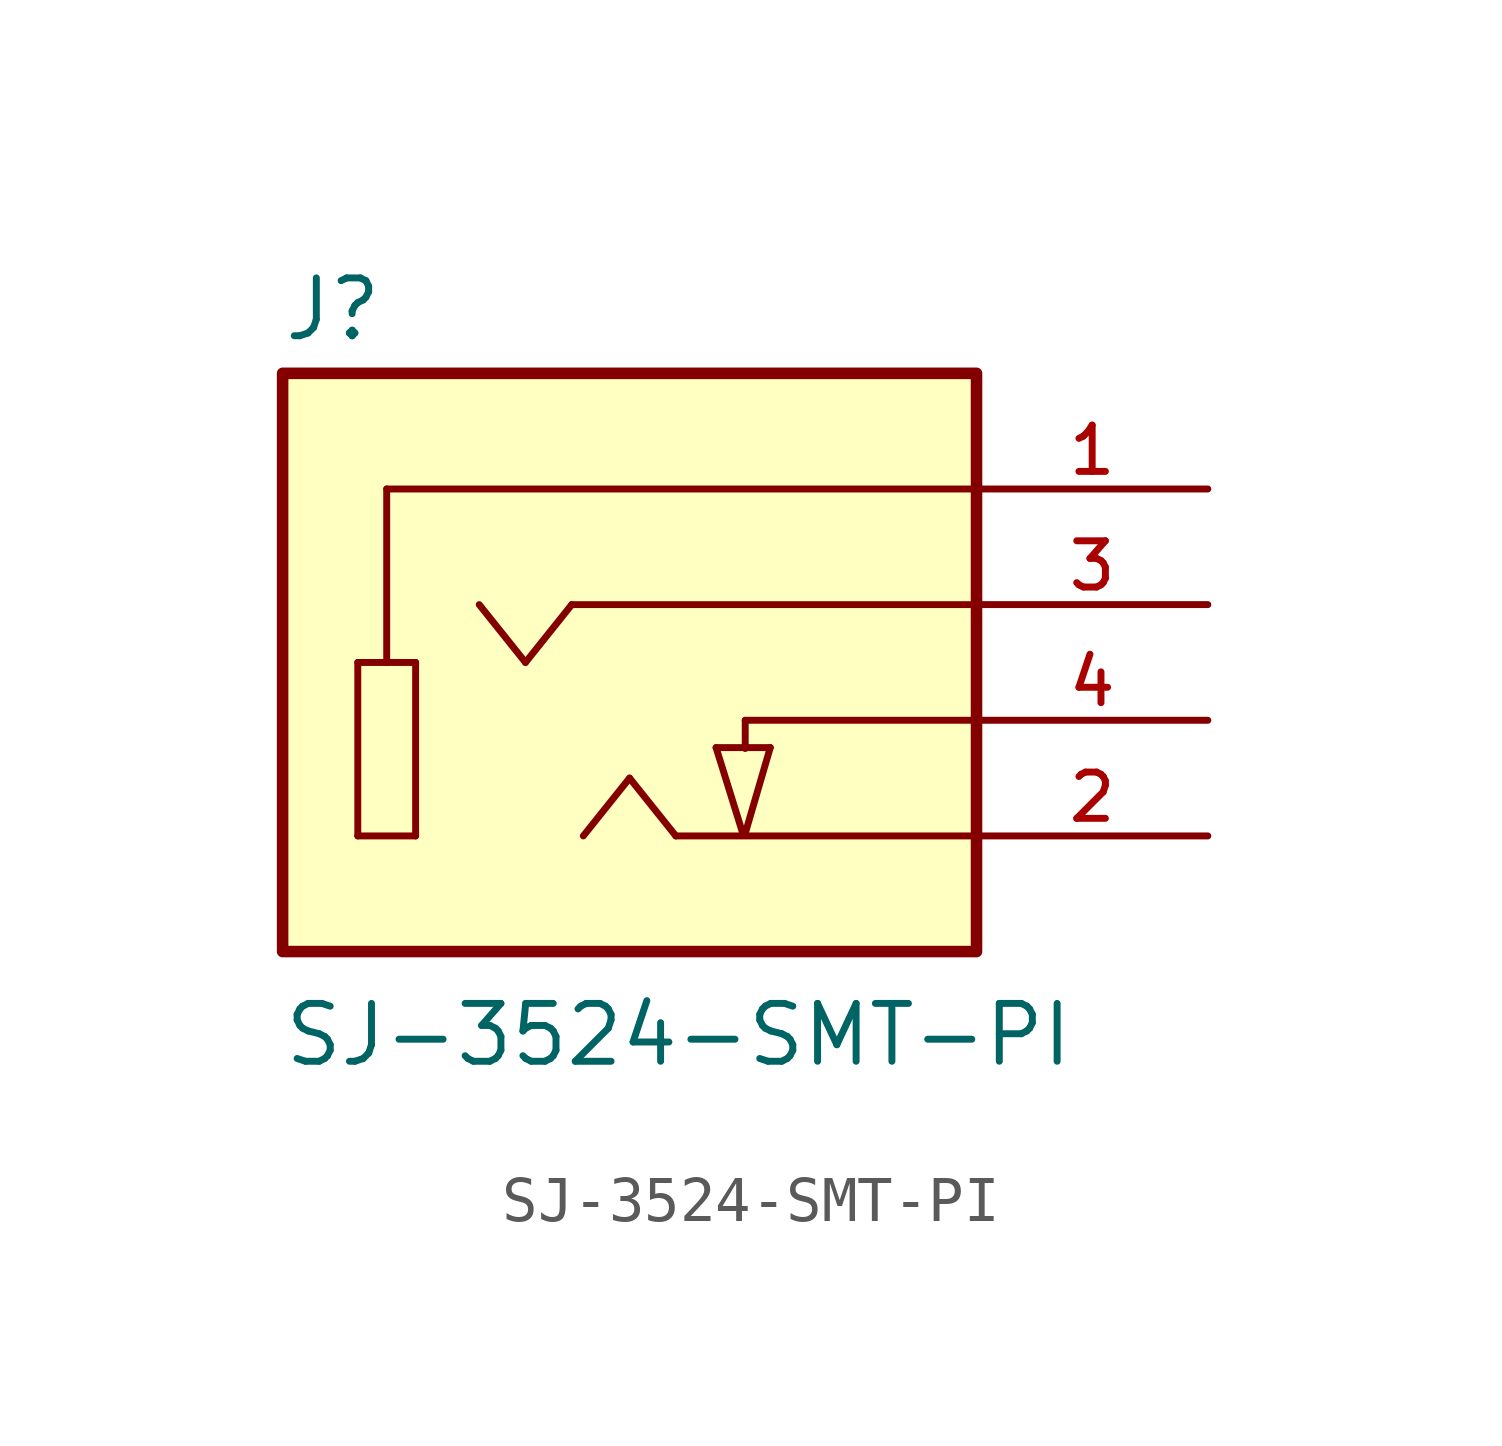
<source format=kicad_sym>
(kicad_symbol_lib
  (version 20211014)
  (generator kicad_symbol_editor)
  (symbol "SJ-3524-SMT-PI"
    (pin_names
      (offset 1.016))
    (property "Reference" "J"
      (at -7.645 8.282 0)
      (effects (font (size 1.27 1.27)) (justify bottom left)))
    (property "Value" "SJ-3524-SMT-PI"
      (at -7.643 -7.652 0)
      (effects (font (size 1.27 1.27)) (justify bottom left)))
    (symbol "SJ-3524-SMT-PI_0_0"
      (polyline (pts (xy -5.969 1.27) (xy -5.969 -2.54)) (stroke (width 0.152)))
      (polyline (pts (xy -5.969 -2.54) (xy -4.699 -2.54)) (stroke (width 0.152)))
      (polyline (pts (xy -4.699 -2.54) (xy -4.699 1.27)) (stroke (width 0.152)))
      (polyline (pts (xy -4.699 1.27) (xy -5.334 1.27)) (stroke (width 0.152)))
      (polyline (pts (xy -5.334 1.27) (xy -5.969 1.27)) (stroke (width 0.152)))
      (polyline (pts (xy -5.334 1.27) (xy -5.334 5.08)) (stroke (width 0.152)))
      (polyline (pts (xy -5.334 5.08) (xy 7.62 5.08)) (stroke (width 0.152)))
      (polyline (pts (xy -1.27 2.54) (xy -2.286 1.27)) (stroke (width 0.152)))
      (polyline (pts (xy -2.286 1.27) (xy -3.302 2.54)) (stroke (width 0.152)))
      (polyline (pts (xy 7.62 2.54) (xy -1.27 2.54)) (stroke (width 0.152)))
      (polyline (pts (xy 7.62 -2.54) (xy 1.016 -2.54)) (stroke (width 0.152)))
      (polyline (pts (xy -1.016 -2.54) (xy 0.0 -1.27)) (stroke (width 0.152)))
      (polyline (pts (xy 0.0 -1.27) (xy 1.016 -2.54)) (stroke (width 0.152)))
      (polyline (pts (xy 2.54 0.0) (xy 2.54 -0.62)) (stroke (width 0.152)))
      (polyline (pts (xy 1.9 -0.6) (xy 3.09 -0.6)) (stroke (width 0.152)))
      (polyline (pts (xy 3.09 -0.6) (xy 2.53 -2.52)) (stroke (width 0.152)))
      (polyline (pts (xy 2.53 -2.52) (xy 2.53 -2.53)) (stroke (width 0.152)))
      (polyline (pts (xy 1.9 -0.6) (xy 2.5 -2.53)) (stroke (width 0.152)))
      (polyline (pts (xy 2.54 0.0) (xy 7.62 0.0)) (stroke (width 0.152)))
      (rectangle (start -7.62 -5.08) (end 7.62 7.62) (stroke (width 0.254)) (fill (type background)))
      (pin passive line (at 12.7 5.08 180.0) (length 5.08) (name "~" (effects (font (size 1.016 1.016)))) (number "1" (effects (font (size 1.016 1.016)))))
      (pin passive line (at 12.7 -2.54 180.0) (length 5.08) (name "~" (effects (font (size 1.016 1.016)))) (number "2" (effects (font (size 1.016 1.016)))))
      (pin passive line (at 12.7 2.54 180.0) (length 5.08) (name "~" (effects (font (size 1.016 1.016)))) (number "3" (effects (font (size 1.016 1.016)))))
      (pin passive line (at 12.7 0.0 180.0) (length 5.08) (name "~" (effects (font (size 1.016 1.016)))) (number "4" (effects (font (size 1.016 1.016))))))))
</source>
